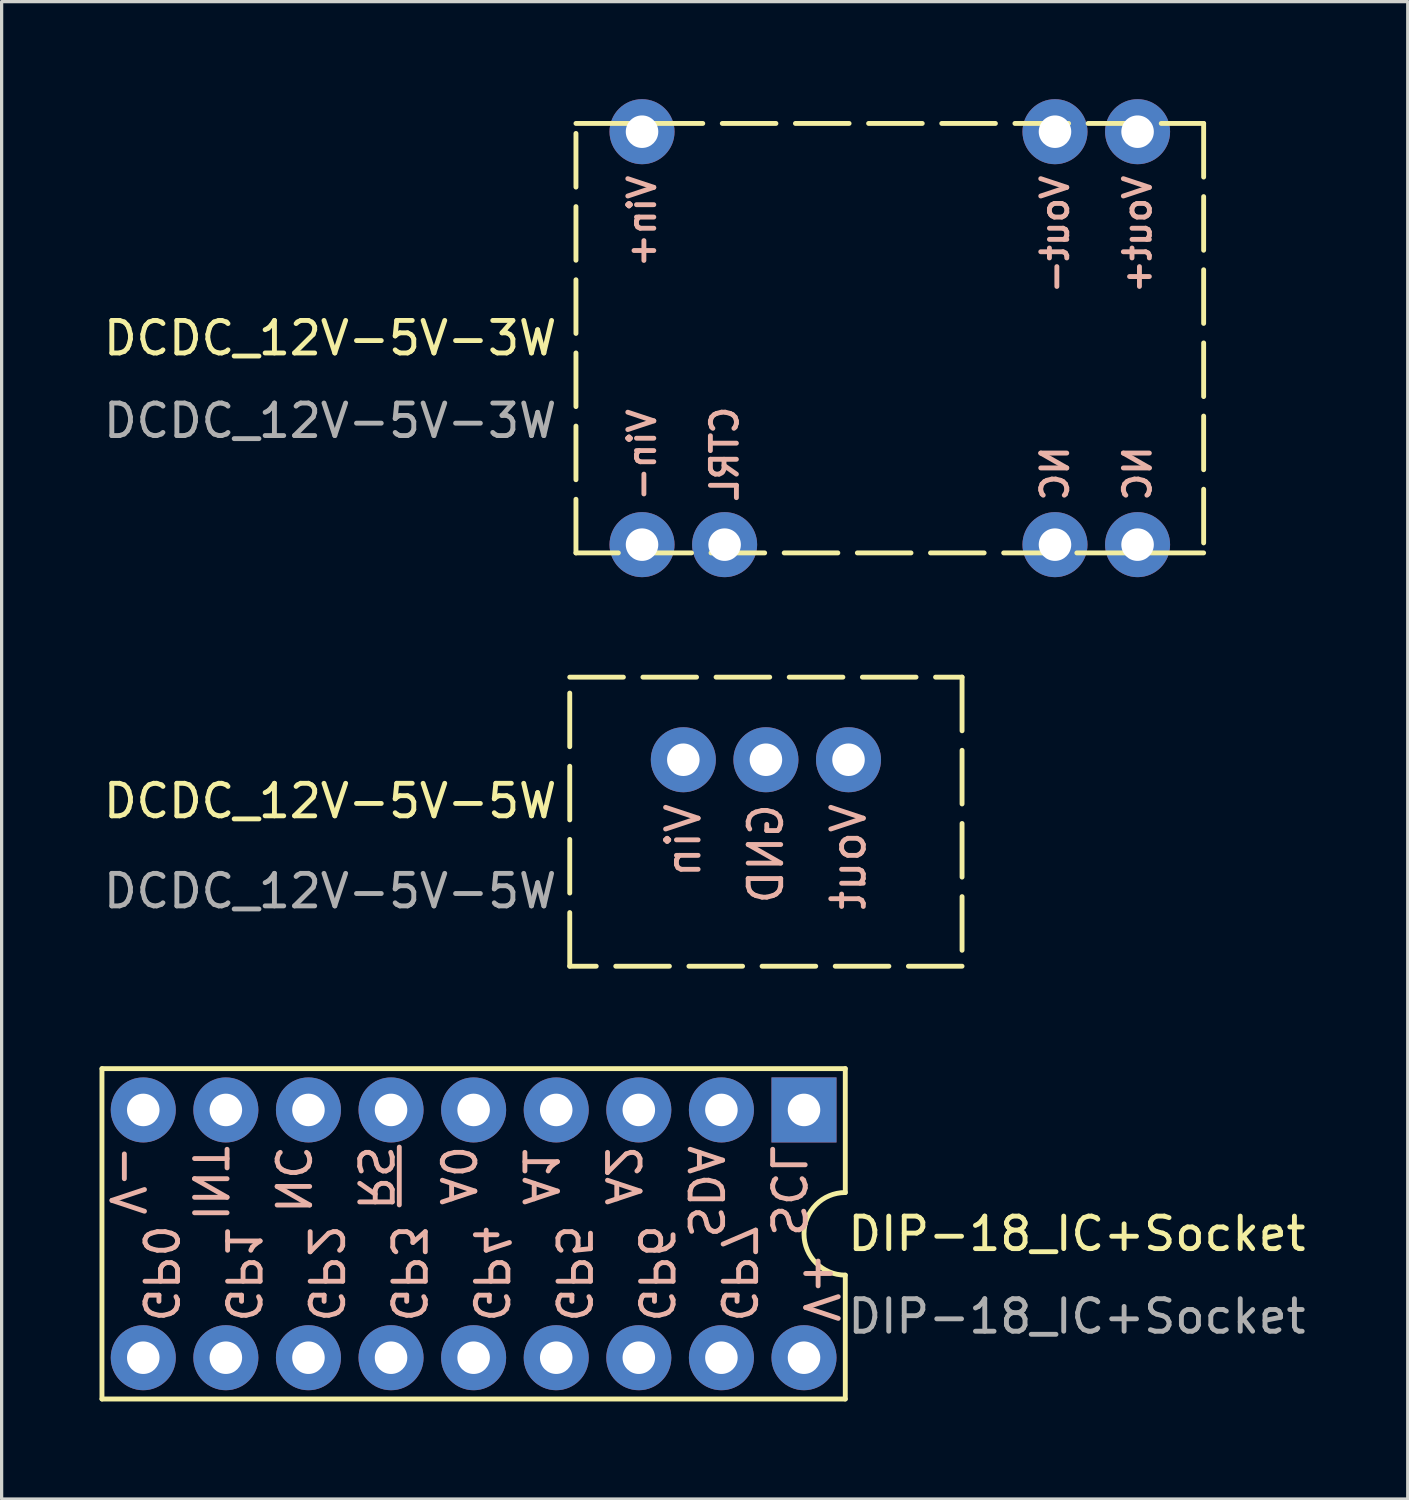
<source format=kicad_pcb>
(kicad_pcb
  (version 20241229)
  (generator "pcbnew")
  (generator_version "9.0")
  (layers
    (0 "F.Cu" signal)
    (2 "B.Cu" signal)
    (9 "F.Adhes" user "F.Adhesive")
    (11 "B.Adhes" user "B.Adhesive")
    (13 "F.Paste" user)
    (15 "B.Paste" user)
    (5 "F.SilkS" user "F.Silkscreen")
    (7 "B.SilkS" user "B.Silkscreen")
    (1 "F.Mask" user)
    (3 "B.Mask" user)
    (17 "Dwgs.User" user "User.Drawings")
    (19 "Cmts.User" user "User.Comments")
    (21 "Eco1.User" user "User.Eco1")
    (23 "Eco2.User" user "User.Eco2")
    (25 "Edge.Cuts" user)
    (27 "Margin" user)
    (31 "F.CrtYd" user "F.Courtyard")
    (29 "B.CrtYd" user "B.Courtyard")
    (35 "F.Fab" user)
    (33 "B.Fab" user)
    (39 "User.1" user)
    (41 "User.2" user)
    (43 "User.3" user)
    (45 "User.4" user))
  (footprint "DCDC_12V-5V-3W"
    (layer "F.Cu")
    (at 16.695 13.7)
    (property "Reference" "DCDC_12V-5V-3W" (at -2.54 -6.35 0) (unlocked yes) (layer "F.SilkS") (effects (font (size 1 1) (thickness 0.15)) (justify right)))
    (attr through_hole)
    (fp_rect (start -2.032 -12.954) (end 17.272 0.254) (stroke (width 0.15) (type dash)) (fill no) (layer "F.SilkS"))
    (fp_text user "Vin+" (at 0 -11.43 90) (unlocked yes) (layer "B.SilkS") (effects (font (size 0.8 0.8) (thickness 0.15)) (justify left mirror)))
    (fp_text user "Vout-" (at 12.7 -11.43 90) (unlocked yes) (layer "B.SilkS") (effects (font (size 0.8 0.8) (thickness 0.15)) (justify left mirror)))
    (fp_text user "CTRL" (at 2.54 -1.27 90) (unlocked yes) (layer "B.SilkS") (effects (font (size 0.8 0.8) (thickness 0.15)) (justify right mirror)))
    (fp_text user "Vout+" (at 15.24 -11.43 90) (unlocked yes) (layer "B.SilkS") (effects (font (size 0.8 0.8) (thickness 0.15)) (justify left mirror)))
    (fp_text user "NC" (at 15.24 -1.27 90) (unlocked yes) (layer "B.SilkS") (effects (font (size 0.8 0.8) (thickness 0.15)) (justify right mirror)))
    (fp_text user "NC" (at 12.7 -1.27 90) (unlocked yes) (layer "B.SilkS") (effects (font (size 0.8 0.8) (thickness 0.15)) (justify right mirror)))
    (fp_text user "Vin-" (at 0 -1.27 90) (unlocked yes) (layer "B.SilkS") (effects (font (size 0.8 0.8) (thickness 0.15)) (justify right mirror)))
    (fp_text user "${REFERENCE}" (at -2.54 -3.81 0) (unlocked yes) (layer "F.Fab") (effects (font (size 1 1) (thickness 0.15)) (justify right)))
    (pad "1" thru_hole circle (at 0 -12.7) (size 2 2) (drill 1) (layers "*.Cu" "B.Mask"))
    (pad "2" thru_hole circle (at 0 0) (size 2 2) (drill 1) (layers "*.Cu" "B.Mask"))
    (pad "3" thru_hole circle (at 12.7 0) (size 2 2) (drill 1) (layers "*.Cu" "B.Mask"))
    (pad "4" thru_hole circle (at 2.54 0) (size 2 2) (drill 1) (layers "*.Cu" "B.Mask"))
    (pad "5" thru_hole circle (at 15.24 0) (size 2 2) (drill 1) (layers "*.Cu" "B.Mask"))
    (pad "6" thru_hole circle (at 12.7 -12.7) (size 2 2) (drill 1) (layers "*.Cu" "B.Mask"))
    (pad "7" thru_hole circle (at 15.24 -12.7) (size 2 2) (drill 1) (layers "*.Cu" "B.Mask")))
  (footprint "DIP-18_IC+Socket"
    (layer "F.Cu")
    (at 21.676 31.085)
    (property "Reference" "DIP-18_IC+Socket" (at 1.27 3.81 0) (unlocked yes) (layer "F.SilkS") (effects (font (size 1 1) (thickness 0.15)) (justify left)))
    (attr through_hole)
    (fp_line (start -21.59 -1.27) (end -21.59 8.89) (stroke (width 0.15) (type default)) (layer "F.SilkS"))
    (fp_line (start -21.59 8.89) (end 1.27 8.89) (stroke (width 0.15) (type default)) (layer "F.SilkS"))
    (fp_line (start 1.27 -1.27) (end -21.59 -1.27) (stroke (width 0.15) (type default)) (layer "F.SilkS"))
    (fp_line (start 1.27 2.54) (end 1.27 -1.27) (stroke (width 0.15) (type default)) (layer "F.SilkS"))
    (fp_line (start 1.27 8.89) (end 1.27 5.08) (stroke (width 0.15) (type default)) (layer "F.SilkS"))
    (fp_arc (start 1.27 5.08) (mid 0 3.81) (end 1.27 2.54) (stroke (width 0.15) (type default)) (layer "F.SilkS"))
    (fp_line (start -12.446 1.143) (end -12.446 2.921) (stroke (width 0.15) (type default)) (layer "B.SilkS"))
    (fp_text user "GP4" (at -9.652 6.604 270) (unlocked yes) (layer "B.SilkS") (effects (font (size 1 1) (thickness 0.15)) (justify left mirror)))
    (fp_text user "GP7" (at -2.032 6.604 270) (unlocked yes) (layer "B.SilkS") (effects (font (size 1 1) (thickness 0.15)) (justify left mirror)))
    (fp_text user "GP3" (at -12.192 6.604 270) (unlocked yes) (layer "B.SilkS") (effects (font (size 1 1) (thickness 0.15)) (justify left mirror)))
    (fp_text user "GP6" (at -4.572 6.604 270) (unlocked yes) (layer "B.SilkS") (effects (font (size 1 1) (thickness 0.15)) (justify left mirror)))
    (fp_text user "V+" (at 0.508 6.604 270) (unlocked yes) (layer "B.SilkS") (effects (font (size 1 1) (thickness 0.15)) (justify left mirror)))
    (fp_text user "GP2" (at -14.732 6.604 270) (unlocked yes) (layer "B.SilkS") (effects (font (size 1 1) (thickness 0.15)) (justify left mirror)))
    (fp_text user "GP0" (at -19.812 6.604 270) (unlocked yes) (layer "B.SilkS") (effects (font (size 1 1) (thickness 0.15)) (justify left mirror)))
    (fp_text user "V-" (at -20.828 1.016 270) (unlocked yes) (layer "B.SilkS") (effects (font (size 1 1) (thickness 0.15)) (justify right mirror)))
    (fp_text user "NC" (at -15.748 1.016 270) (unlocked yes) (layer "B.SilkS") (effects (font (size 1 1) (thickness 0.15)) (justify right mirror)))
    (fp_text user "SCL" (at -0.508 1.016 270) (unlocked yes) (layer "B.SilkS") (effects (font (size 1 1) (thickness 0.15)) (justify right mirror)))
    (fp_text user "A1" (at -8.128 1.016 270) (unlocked yes) (layer "B.SilkS") (effects (font (size 1 1) (thickness 0.15)) (justify right mirror)))
    (fp_text user "A2" (at -5.588 1.016 270) (unlocked yes) (layer "B.SilkS") (effects (font (size 1 1) (thickness 0.15)) (justify right mirror)))
    (fp_text user "RS" (at -13.208 1.016 270) (unlocked yes) (layer "B.SilkS") (effects (font (size 1 1) (thickness 0.15)) (justify right mirror)))
    (fp_text user "GP5" (at -7.112 6.604 270) (unlocked yes) (layer "B.SilkS") (effects (font (size 1 1) (thickness 0.15)) (justify left mirror)))
    (fp_text user "GP1" (at -17.272 6.604 270) (unlocked yes) (layer "B.SilkS") (effects (font (size 1 1) (thickness 0.15)) (justify left mirror)))
    (fp_text user "A0" (at -10.668 1.016 270) (unlocked yes) (layer "B.SilkS") (effects (font (size 1 1) (thickness 0.15)) (justify right mirror)))
    (fp_text user "INT" (at -18.288 1.016 270) (unlocked yes) (layer "B.SilkS") (effects (font (size 1 1) (thickness 0.15)) (justify right mirror)))
    (fp_text user "SDA" (at -3.048 1.016 270) (unlocked yes) (layer "B.SilkS") (effects (font (size 1 1) (thickness 0.15)) (justify right mirror)))
    (fp_text user "${REFERENCE}" (at 1.27 6.35 0) (unlocked yes) (layer "F.Fab") (effects (font (size 1 1) (thickness 0.15)) (justify left)))
    (pad "1" thru_hole rect (at 0 0) (size 2 2) (drill 1) (layers "*.Cu" "B.Mask"))
    (pad "2" thru_hole circle (at -2.54 0) (size 2 2) (drill 1) (layers "*.Cu" "B.Mask"))
    (pad "3" thru_hole circle (at -5.08 0) (size 2 2) (drill 1) (layers "*.Cu" "B.Mask"))
    (pad "4" thru_hole circle (at -7.62 0) (size 2 2) (drill 1) (layers "*.Cu" "B.Mask"))
    (pad "5" thru_hole circle (at -10.16 0) (size 2 2) (drill 1) (layers "*.Cu" "B.Mask"))
    (pad "6" thru_hole circle (at -12.7 0) (size 2 2) (drill 1) (layers "*.Cu" "B.Mask"))
    (pad "7" thru_hole circle (at -15.24 0) (size 2 2) (drill 1) (layers "*.Cu" "B.Mask"))
    (pad "8" thru_hole circle (at -17.78 0) (size 2 2) (drill 1) (layers "*.Cu" "B.Mask"))
    (pad "9" thru_hole circle (at -20.32 0) (size 2 2) (drill 1) (layers "*.Cu" "B.Mask"))
    (pad "10" thru_hole circle (at -20.32 7.62) (size 2 2) (drill 1) (layers "*.Cu" "B.Mask"))
    (pad "11" thru_hole circle (at -17.78 7.62) (size 2 2) (drill 1) (layers "*.Cu" "B.Mask"))
    (pad "12" thru_hole circle (at -15.24 7.62) (size 2 2) (drill 1) (layers "*.Cu" "B.Mask"))
    (pad "13" thru_hole circle (at -12.7 7.62) (size 2 2) (drill 1) (layers "*.Cu" "B.Mask"))
    (pad "14" thru_hole circle (at -10.16 7.62) (size 2 2) (drill 1) (layers "*.Cu" "B.Mask"))
    (pad "15" thru_hole circle (at -7.62 7.62) (size 2 2) (drill 1) (layers "*.Cu" "B.Mask"))
    (pad "16" thru_hole circle (at -5.08 7.62) (size 2 2) (drill 1) (layers "*.Cu" "B.Mask"))
    (pad "17" thru_hole circle (at -2.54 7.62) (size 2 2) (drill 1) (layers "*.Cu" "B.Mask"))
    (pad "18" thru_hole circle (at 0 7.62) (size 2 2) (drill 1) (layers "*.Cu" "B.Mask")))
  (footprint "DCDC_12V-5V-5W"
    (layer "F.Cu")
    (at 17.965 20.315)
    (property "Reference" "DCDC_12V-5V-5W" (at -3.81 1.27 0) (unlocked yes) (layer "F.SilkS") (effects (font (size 1 1) (thickness 0.15)) (justify right)))
    (attr through_hole)
    (fp_rect (start -3.493 -2.54) (end 8.572 6.35) (stroke (width 0.15) (type dash)) (fill no) (layer "F.SilkS"))
    (fp_text user "GND" (at 2.54 1.27 90) (unlocked yes) (layer "B.SilkS") (effects (font (size 1 1) (thickness 0.15)) (justify left mirror)))
    (fp_text user "Vout" (at 5.08 1.27 90) (unlocked yes) (layer "B.SilkS") (effects (font (size 1 1) (thickness 0.15)) (justify left mirror)))
    (fp_text user "Vin" (at 0 1.27 90) (unlocked yes) (layer "B.SilkS") (effects (font (size 1 1) (thickness 0.15)) (justify left mirror)))
    (fp_text user "${REFERENCE}" (at -3.81 4.04 0) (unlocked yes) (layer "F.Fab") (effects (font (size 1 1) (thickness 0.15)) (justify right)))
    (pad "1" thru_hole circle (at 0 0) (size 2 2) (drill 1) (layers "*.Cu" "B.Mask"))
    (pad "2" thru_hole circle (at 2.54 0) (size 2 2) (drill 1) (layers "*.Cu" "B.Mask"))
    (pad "3" thru_hole circle (at 5.08 0) (size 2 2) (drill 1) (layers "*.Cu" "B.Mask")))
  (gr_rect
    (start -3 -3)
    (end 40.244 43.05)
    (stroke (width 0.1) (type default))
    (fill no)
    (layer "Edge.Cuts")))
</source>
